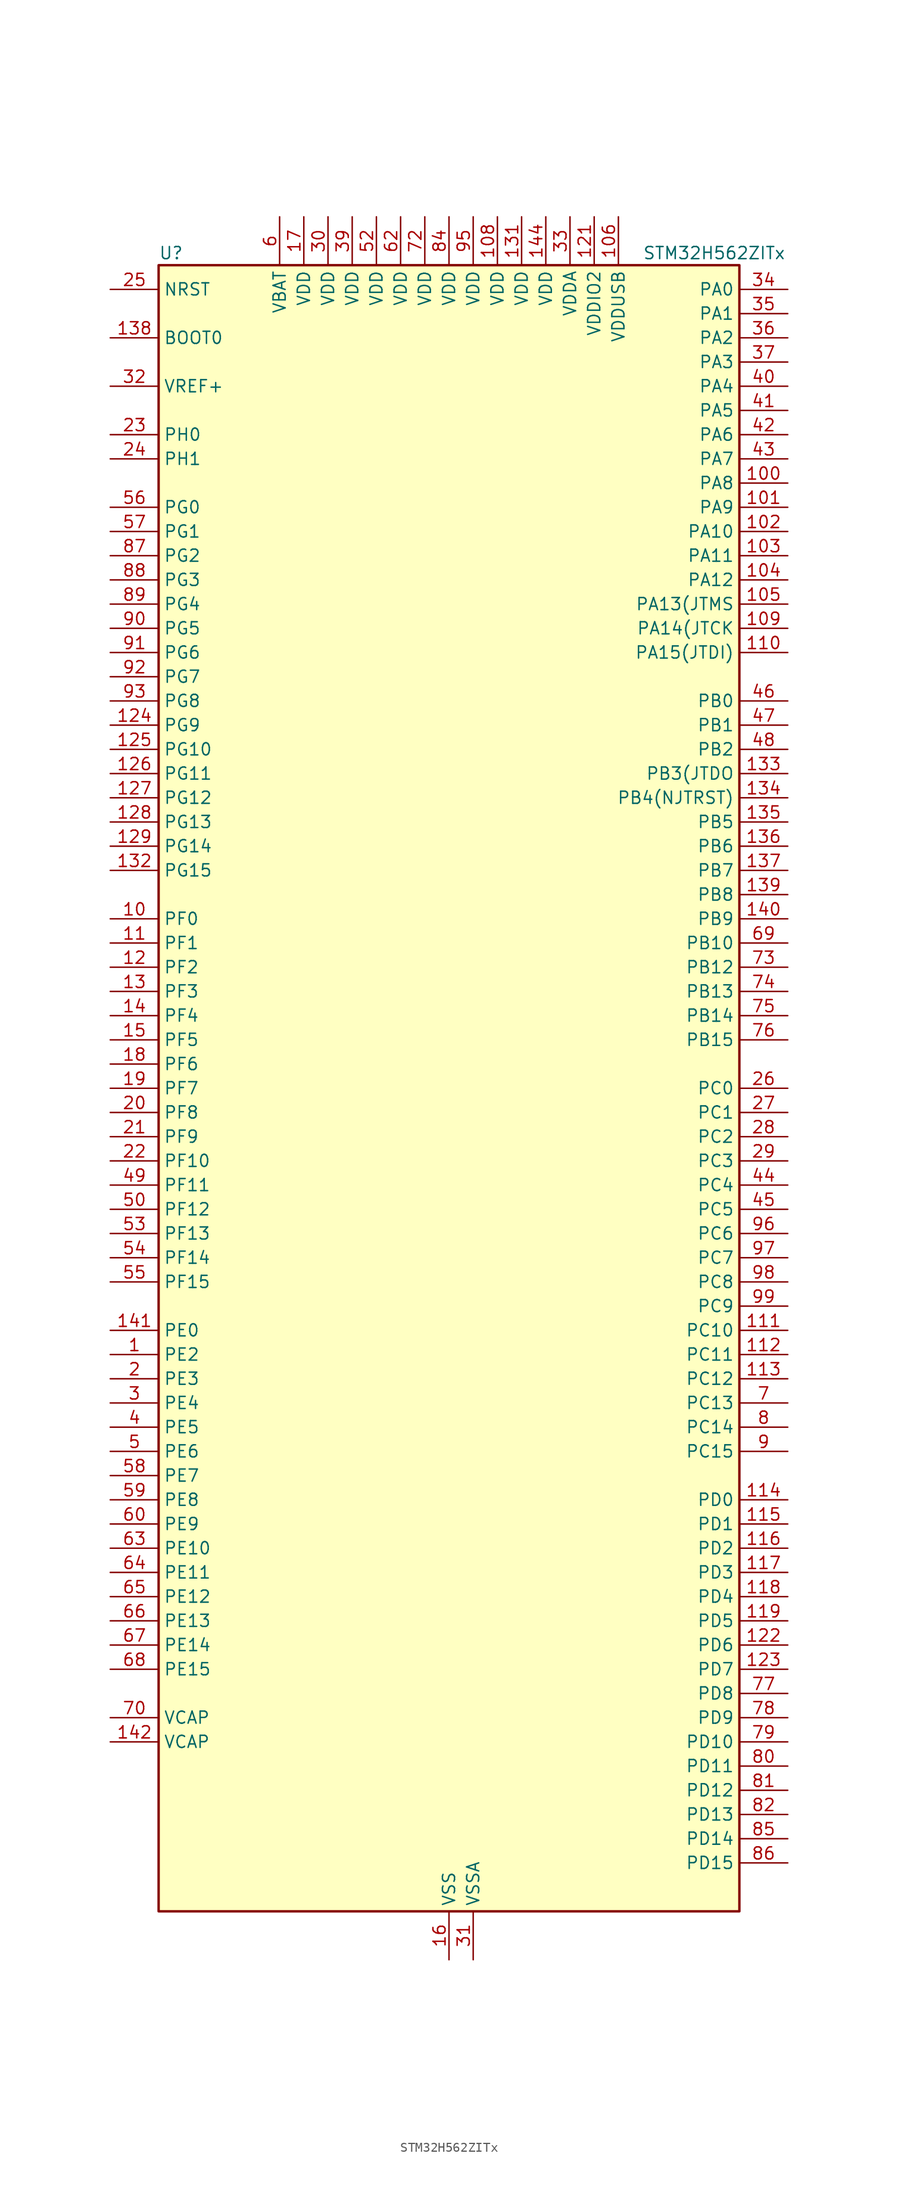
<source format=kicad_sym>
(kicad_symbol_lib
  (version 20231120)
  (generator "kicad_symbol_editor")
  (generator_version "8.0")
  (symbol "STM32H562ZITx"
    (property "Reference" "U"
      (at -30.48 87.63 0)
      (effects (font (size 1.27 1.27)) (justify left)))
    (property "Value" "STM32H562ZITx"
      (at 20.32 87.63 0)
      (effects (font (size 1.27 1.27)) (justify left)))
    (property "ki_locked" ""
      (at 0 0 0)
      (effects (font (size 1.27 1.27))))
    (symbol "STM32H562ZITx_0_1"
      (rectangle (start -30.48 -86.36) (end 30.48 86.36) (stroke (width 0.254) (type default)) (fill (type background))))
    (symbol "STM32H562ZITx_1_1"
      (pin bidirectional line (at -35.56 -27.94 0) (length 5.08) (name "PE2" (effects (font (size 1.27 1.27)))) (number "1" (effects (font (size 1.27 1.27)))) (alternate "DCMI_D3" bidirectional line) (alternate "DEBUG_TRACECLK" bidirectional line) (alternate "FMC_A23" bidirectional line) (alternate "LPTIM1_IN2" bidirectional line) (alternate "OCTOSPI1_IO2" bidirectional line) (alternate "PSSI_D3" bidirectional line) (alternate "SAI1_CK1" bidirectional line) (alternate "SAI1_MCLK_A" bidirectional line) (alternate "SPI4_SCK" bidirectional line) (alternate "UART8_TX" bidirectional line) (alternate "USART10_RX" bidirectional line))
      (pin bidirectional line (at -35.56 17.78 0) (length 5.08) (name "PF0" (effects (font (size 1.27 1.27)))) (number "10" (effects (font (size 1.27 1.27)))) (alternate "FMC_A0" bidirectional line) (alternate "I2C2_SDA" bidirectional line) (alternate "LPTIM5_CH1" bidirectional line))
      (pin bidirectional line (at 35.56 63.5 180) (length 5.08) (name "PA8" (effects (font (size 1.27 1.27)))) (number "100" (effects (font (size 1.27 1.27)))) (alternate "DCMI_D3" bidirectional line) (alternate "FMC_NOE" bidirectional line) (alternate "I2C3_SCL" bidirectional line) (alternate "PSSI_D3" bidirectional line) (alternate "RCC_MCO_1" bidirectional line) (alternate "SPI1_RDY" bidirectional line) (alternate "TIM1_CH1" bidirectional line) (alternate "TIM8_BKIN2" bidirectional line) (alternate "UART7_RX" bidirectional line) (alternate "USART1_CK" bidirectional line) (alternate "USB_SOF" bidirectional line))
      (pin bidirectional line (at 35.56 60.96 180) (length 5.08) (name "PA9" (effects (font (size 1.27 1.27)))) (number "101" (effects (font (size 1.27 1.27)))) (alternate "DAC1_EXTI9" bidirectional line) (alternate "DCMI_D0" bidirectional line) (alternate "FMC_NWE" bidirectional line) (alternate "I2C3_SMBA" bidirectional line) (alternate "I2S2_CK" bidirectional line) (alternate "LPUART1_TX" bidirectional line) (alternate "PSSI_D0" bidirectional line) (alternate "SPI2_SCK" bidirectional line) (alternate "TIM1_CH2" bidirectional line) (alternate "UCPD1_DB1" bidirectional line) (alternate "USART1_TX" bidirectional line))
      (pin bidirectional line (at 35.56 58.42 180) (length 5.08) (name "PA10" (effects (font (size 1.27 1.27)))) (number "102" (effects (font (size 1.27 1.27)))) (alternate "DCMI_D1" bidirectional line) (alternate "LPTIM2_IN2" bidirectional line) (alternate "LPUART1_RX" bidirectional line) (alternate "PSSI_D1" bidirectional line) (alternate "SDMMC1_D0" bidirectional line) (alternate "TIM1_CH3" bidirectional line) (alternate "UCPD1_FRSTX" bidirectional line) (alternate "USART1_RX" bidirectional line))
      (pin bidirectional line (at 35.56 55.88 180) (length 5.08) (name "PA11" (effects (font (size 1.27 1.27)))) (number "103" (effects (font (size 1.27 1.27)))) (alternate "ADC1_EXTI11" bidirectional line) (alternate "ADC2_EXTI11" bidirectional line) (alternate "FDCAN1_RX" bidirectional line) (alternate "I2S2_WS" bidirectional line) (alternate "LPUART1_CTS" bidirectional line) (alternate "SPI2_NSS" bidirectional line) (alternate "TIM1_CH4" bidirectional line) (alternate "UART4_RX" bidirectional line) (alternate "USART1_CTS" bidirectional line) (alternate "USART1_NSS" bidirectional line) (alternate "USB_DM" bidirectional line))
      (pin bidirectional line (at 35.56 53.34 180) (length 5.08) (name "PA12" (effects (font (size 1.27 1.27)))) (number "104" (effects (font (size 1.27 1.27)))) (alternate "FDCAN1_TX" bidirectional line) (alternate "I2S2_CK" bidirectional line) (alternate "LPUART1_RTS" bidirectional line) (alternate "SAI2_FS_B" bidirectional line) (alternate "SPI2_SCK" bidirectional line) (alternate "TIM1_ETR" bidirectional line) (alternate "UART4_TX" bidirectional line) (alternate "USART1_RTS" bidirectional line) (alternate "USB_DP" bidirectional line))
      (pin bidirectional line (at 35.56 50.8 180) (length 5.08) (name "PA13(JTMS" (effects (font (size 1.27 1.27)))) (number "105" (effects (font (size 1.27 1.27)))) (alternate "DEBUG_JTMS-SWDIO" bidirectional line))
      (pin power_in line (at 17.78 91.44 270) (length 5.08) (name "VDDUSB" (effects (font (size 1.27 1.27)))) (number "106" (effects (font (size 1.27 1.27)))))
      (pin passive line (at 0 -91.44 90) (length 5.08) hide (name "VSS" (effects (font (size 1.27 1.27)))) (number "107" (effects (font (size 1.27 1.27)))))
      (pin power_in line (at 5.08 91.44 270) (length 5.08) (name "VDD" (effects (font (size 1.27 1.27)))) (number "108" (effects (font (size 1.27 1.27)))))
      (pin bidirectional line (at 35.56 48.26 180) (length 5.08) (name "PA14(JTCK" (effects (font (size 1.27 1.27)))) (number "109" (effects (font (size 1.27 1.27)))) (alternate "DEBUG_JTCK-SWCLK" bidirectional line))
      (pin bidirectional line (at -35.56 15.24 0) (length 5.08) (name "PF1" (effects (font (size 1.27 1.27)))) (number "11" (effects (font (size 1.27 1.27)))) (alternate "FMC_A1" bidirectional line) (alternate "I2C2_SCL" bidirectional line) (alternate "LPTIM5_CH2" bidirectional line))
      (pin bidirectional line (at 35.56 45.72 180) (length 5.08) (name "PA15(JTDI)" (effects (font (size 1.27 1.27)))) (number "110" (effects (font (size 1.27 1.27)))) (alternate "ADC1_EXTI15" bidirectional line) (alternate "ADC2_EXTI15" bidirectional line) (alternate "CEC" bidirectional line) (alternate "DCMI_D11" bidirectional line) (alternate "DEBUG_JTDI" bidirectional line) (alternate "FMC_NBL1" bidirectional line) (alternate "I2S1_WS" bidirectional line) (alternate "I2S3_WS" bidirectional line) (alternate "LPTIM3_IN2" bidirectional line) (alternate "PSSI_D11" bidirectional line) (alternate "SPI1_NSS" bidirectional line) (alternate "SPI3_NSS" bidirectional line) (alternate "SPI6_NSS" bidirectional line) (alternate "TIM2_CH1" bidirectional line) (alternate "TIM2_ETR" bidirectional line) (alternate "UART4_DE" bidirectional line) (alternate "UART4_RTS" bidirectional line) (alternate "UART7_TX" bidirectional line))
      (pin bidirectional line (at 35.56 -25.4 180) (length 5.08) (name "PC10" (effects (font (size 1.27 1.27)))) (number "111" (effects (font (size 1.27 1.27)))) (alternate "DCMI_D8" bidirectional line) (alternate "I2S3_CK" bidirectional line) (alternate "LPTIM3_ETR" bidirectional line) (alternate "OCTOSPI1_IO1" bidirectional line) (alternate "PSSI_D8" bidirectional line) (alternate "SDMMC1_D2" bidirectional line) (alternate "SPI3_SCK" bidirectional line) (alternate "UART4_TX" bidirectional line) (alternate "USART3_TX" bidirectional line))
      (pin bidirectional line (at 35.56 -27.94 180) (length 5.08) (name "PC11" (effects (font (size 1.27 1.27)))) (number "112" (effects (font (size 1.27 1.27)))) (alternate "ADC1_EXTI11" bidirectional line) (alternate "ADC2_EXTI11" bidirectional line) (alternate "DCMI_D4" bidirectional line) (alternate "I2S3_SDI" bidirectional line) (alternate "LPTIM3_IN1" bidirectional line) (alternate "OCTOSPI1_NCS" bidirectional line) (alternate "PSSI_D4" bidirectional line) (alternate "SDMMC1_D3" bidirectional line) (alternate "SPI3_MISO" bidirectional line) (alternate "UART4_RX" bidirectional line) (alternate "USART3_RX" bidirectional line))
      (pin bidirectional line (at 35.56 -30.48 180) (length 5.08) (name "PC12" (effects (font (size 1.27 1.27)))) (number "113" (effects (font (size 1.27 1.27)))) (alternate "DCMI_D9" bidirectional line) (alternate "DEBUG_TRACED3" bidirectional line) (alternate "I2S3_SDO" bidirectional line) (alternate "PSSI_D9" bidirectional line) (alternate "SDMMC1_CK" bidirectional line) (alternate "SPI3_MOSI" bidirectional line) (alternate "SPI6_SCK" bidirectional line) (alternate "TIM15_CH1" bidirectional line) (alternate "UART5_TX" bidirectional line) (alternate "USART3_CK" bidirectional line))
      (pin bidirectional line (at 35.56 -43.18 180) (length 5.08) (name "PD0" (effects (font (size 1.27 1.27)))) (number "114" (effects (font (size 1.27 1.27)))) (alternate "FDCAN1_RX" bidirectional line) (alternate "FMC_D2" bidirectional line) (alternate "FMC_DA2" bidirectional line) (alternate "TIM8_CH4N" bidirectional line) (alternate "UART4_RX" bidirectional line) (alternate "UART9_CTS" bidirectional line))
      (pin bidirectional line (at 35.56 -45.72 180) (length 5.08) (name "PD1" (effects (font (size 1.27 1.27)))) (number "115" (effects (font (size 1.27 1.27)))) (alternate "FDCAN1_TX" bidirectional line) (alternate "FMC_D3" bidirectional line) (alternate "FMC_DA3" bidirectional line) (alternate "UART4_TX" bidirectional line))
      (pin bidirectional line (at 35.56 -48.26 180) (length 5.08) (name "PD2" (effects (font (size 1.27 1.27)))) (number "116" (effects (font (size 1.27 1.27)))) (alternate "DCMI_D11" bidirectional line) (alternate "DEBUG_TRACED2" bidirectional line) (alternate "LPTIM4_ETR" bidirectional line) (alternate "PSSI_D11" bidirectional line) (alternate "PWR_WKUP7" bidirectional line) (alternate "SDMMC1_CMD" bidirectional line) (alternate "TIM15_BKIN" bidirectional line) (alternate "TIM3_ETR" bidirectional line) (alternate "UART5_RX" bidirectional line))
      (pin bidirectional line (at 35.56 -50.8 180) (length 5.08) (name "PD3" (effects (font (size 1.27 1.27)))) (number "117" (effects (font (size 1.27 1.27)))) (alternate "DCMI_D5" bidirectional line) (alternate "FMC_CLK" bidirectional line) (alternate "I2S2_CK" bidirectional line) (alternate "PSSI_D5" bidirectional line) (alternate "PWR_WKUP8" bidirectional line) (alternate "SPI2_SCK" bidirectional line) (alternate "USART2_CTS" bidirectional line) (alternate "USART2_NSS" bidirectional line))
      (pin bidirectional line (at 35.56 -53.34 180) (length 5.08) (name "PD4" (effects (font (size 1.27 1.27)))) (number "118" (effects (font (size 1.27 1.27)))) (alternate "FMC_NOE" bidirectional line) (alternate "OCTOSPI1_IO4" bidirectional line) (alternate "USART2_RTS" bidirectional line))
      (pin bidirectional line (at 35.56 -55.88 180) (length 5.08) (name "PD5" (effects (font (size 1.27 1.27)))) (number "119" (effects (font (size 1.27 1.27)))) (alternate "FDCAN1_TX" bidirectional line) (alternate "FMC_NWE" bidirectional line) (alternate "OCTOSPI1_IO5" bidirectional line) (alternate "SPI2_RDY" bidirectional line) (alternate "TIM1_CH4N" bidirectional line) (alternate "USART2_TX" bidirectional line))
      (pin bidirectional line (at -35.56 12.7 0) (length 5.08) (name "PF2" (effects (font (size 1.27 1.27)))) (number "12" (effects (font (size 1.27 1.27)))) (alternate "FMC_A2" bidirectional line) (alternate "I2C2_SMBA" bidirectional line) (alternate "LPTIM3_CH2" bidirectional line) (alternate "LPTIM3_IN2" bidirectional line) (alternate "LPTIM5_IN1" bidirectional line) (alternate "UART12_TX" bidirectional line) (alternate "USART11_CK" bidirectional line))
      (pin passive line (at 0 -91.44 90) (length 5.08) hide (name "VSS" (effects (font (size 1.27 1.27)))) (number "120" (effects (font (size 1.27 1.27)))))
      (pin power_in line (at 15.24 91.44 270) (length 5.08) (name "VDDIO2" (effects (font (size 1.27 1.27)))) (number "121" (effects (font (size 1.27 1.27)))))
      (pin bidirectional line (at 35.56 -58.42 180) (length 5.08) (name "PD6" (effects (font (size 1.27 1.27)))) (number "122" (effects (font (size 1.27 1.27)))) (alternate "DCMI_D10" bidirectional line) (alternate "FMC_NWAIT" bidirectional line) (alternate "I2S3_SDO" bidirectional line) (alternate "OCTOSPI1_IO6" bidirectional line) (alternate "PSSI_D10" bidirectional line) (alternate "SAI1_D1" bidirectional line) (alternate "SAI1_SD_A" bidirectional line) (alternate "SPI3_MOSI" bidirectional line) (alternate "USART2_RX" bidirectional line))
      (pin bidirectional line (at 35.56 -60.96 180) (length 5.08) (name "PD7" (effects (font (size 1.27 1.27)))) (number "123" (effects (font (size 1.27 1.27)))) (alternate "FMC_NCE" bidirectional line) (alternate "FMC_NE1" bidirectional line) (alternate "I2S1_SDO" bidirectional line) (alternate "LPTIM4_OUT" bidirectional line) (alternate "OCTOSPI1_IO7" bidirectional line) (alternate "SPI1_MOSI" bidirectional line) (alternate "USART2_CK" bidirectional line))
      (pin bidirectional line (at -35.56 38.1 0) (length 5.08) (name "PG9" (effects (font (size 1.27 1.27)))) (number "124" (effects (font (size 1.27 1.27)))) (alternate "DAC1_EXTI9" bidirectional line) (alternate "DCMI_VSYNC" bidirectional line) (alternate "FMC_NCE" bidirectional line) (alternate "FMC_NE2" bidirectional line) (alternate "I2S1_SDI" bidirectional line) (alternate "OCTOSPI1_IO6" bidirectional line) (alternate "PSSI_RDY" bidirectional line) (alternate "SAI2_FS_B" bidirectional line) (alternate "SPI1_MISO" bidirectional line) (alternate "USART6_RX" bidirectional line))
      (pin bidirectional line (at -35.56 35.56 0) (length 5.08) (name "PG10" (effects (font (size 1.27 1.27)))) (number "125" (effects (font (size 1.27 1.27)))) (alternate "DCMI_D2" bidirectional line) (alternate "FMC_NE3" bidirectional line) (alternate "I2S1_WS" bidirectional line) (alternate "PSSI_D2" bidirectional line) (alternate "SAI2_SD_B" bidirectional line) (alternate "SPI1_NSS" bidirectional line))
      (pin bidirectional line (at -35.56 33.02 0) (length 5.08) (name "PG11" (effects (font (size 1.27 1.27)))) (number "126" (effects (font (size 1.27 1.27)))) (alternate "ADC1_EXTI11" bidirectional line) (alternate "ADC2_EXTI11" bidirectional line) (alternate "DCMI_D3" bidirectional line) (alternate "I2S1_CK" bidirectional line) (alternate "LPTIM1_IN2" bidirectional line) (alternate "PSSI_D3" bidirectional line) (alternate "SPI1_SCK" bidirectional line) (alternate "USART10_RX" bidirectional line) (alternate "USART11_RTS" bidirectional line))
      (pin bidirectional line (at -35.56 30.48 0) (length 5.08) (name "PG12" (effects (font (size 1.27 1.27)))) (number "127" (effects (font (size 1.27 1.27)))) (alternate "DCMI_D11" bidirectional line) (alternate "FMC_NE4" bidirectional line) (alternate "LPTIM1_IN1" bidirectional line) (alternate "LPTIM5_CH1" bidirectional line) (alternate "PSSI_D11" bidirectional line) (alternate "PSSI_D15" bidirectional line) (alternate "SPI6_MISO" bidirectional line) (alternate "USART10_TX" bidirectional line) (alternate "USART6_RTS" bidirectional line))
      (pin bidirectional line (at -35.56 27.94 0) (length 5.08) (name "PG13" (effects (font (size 1.27 1.27)))) (number "128" (effects (font (size 1.27 1.27)))) (alternate "DEBUG_TRACED0" bidirectional line) (alternate "FMC_A24" bidirectional line) (alternate "LPTIM1_CH1" bidirectional line) (alternate "LPTIM5_CH2" bidirectional line) (alternate "SPI6_SCK" bidirectional line) (alternate "USART10_CTS" bidirectional line) (alternate "USART10_NSS" bidirectional line) (alternate "USART6_CTS" bidirectional line) (alternate "USART6_NSS" bidirectional line))
      (pin bidirectional line (at -35.56 25.4 0) (length 5.08) (name "PG14" (effects (font (size 1.27 1.27)))) (number "129" (effects (font (size 1.27 1.27)))) (alternate "DEBUG_TRACED1" bidirectional line) (alternate "FMC_A25" bidirectional line) (alternate "LPTIM1_CH2" bidirectional line) (alternate "LPTIM1_ETR" bidirectional line) (alternate "LPTIM5_IN1" bidirectional line) (alternate "OCTOSPI1_IO7" bidirectional line) (alternate "SPI6_MOSI" bidirectional line) (alternate "USART10_RTS" bidirectional line) (alternate "USART6_TX" bidirectional line))
      (pin bidirectional line (at -35.56 10.16 0) (length 5.08) (name "PF3" (effects (font (size 1.27 1.27)))) (number "13" (effects (font (size 1.27 1.27)))) (alternate "FMC_A3" bidirectional line) (alternate "LPTIM3_IN1" bidirectional line) (alternate "LPTIM5_IN2" bidirectional line) (alternate "USART11_TX" bidirectional line))
      (pin passive line (at 0 -91.44 90) (length 5.08) hide (name "VSS" (effects (font (size 1.27 1.27)))) (number "130" (effects (font (size 1.27 1.27)))))
      (pin power_in line (at 7.62 91.44 270) (length 5.08) (name "VDD" (effects (font (size 1.27 1.27)))) (number "131" (effects (font (size 1.27 1.27)))))
      (pin bidirectional line (at -35.56 22.86 0) (length 5.08) (name "PG15" (effects (font (size 1.27 1.27)))) (number "132" (effects (font (size 1.27 1.27)))) (alternate "ADC1_EXTI15" bidirectional line) (alternate "ADC2_EXTI15" bidirectional line) (alternate "DCMI_D13" bidirectional line) (alternate "FMC_SDNCAS" bidirectional line) (alternate "PSSI_D13" bidirectional line) (alternate "SPI4_RDY" bidirectional line) (alternate "USART10_CK" bidirectional line) (alternate "USART6_CTS" bidirectional line) (alternate "USART6_NSS" bidirectional line))
      (pin bidirectional line (at 35.56 33.02 180) (length 5.08) (name "PB3(JTDO" (effects (font (size 1.27 1.27)))) (number "133" (effects (font (size 1.27 1.27)))) (alternate "CRS_SYNC" bidirectional line) (alternate "DEBUG_JTDO-SWO" bidirectional line) (alternate "I2C2_SDA" bidirectional line) (alternate "I2S1_CK" bidirectional line) (alternate "I2S3_CK" bidirectional line) (alternate "LPTIM6_ETR" bidirectional line) (alternate "SPI1_SCK" bidirectional line) (alternate "SPI3_SCK" bidirectional line) (alternate "SPI6_SCK" bidirectional line) (alternate "TIM2_CH2" bidirectional line) (alternate "UART12_CTS" bidirectional line) (alternate "UART7_RX" bidirectional line))
      (pin bidirectional line (at 35.56 30.48 180) (length 5.08) (name "PB4(NJTRST)" (effects (font (size 1.27 1.27)))) (number "134" (effects (font (size 1.27 1.27)))) (alternate "DCMI_D7" bidirectional line) (alternate "DEBUG_JTRST" bidirectional line) (alternate "I2S1_SDI" bidirectional line) (alternate "I2S2_WS" bidirectional line) (alternate "I2S3_SDI" bidirectional line) (alternate "LPTIM1_CH2" bidirectional line) (alternate "OCTOSPI1_CLK" bidirectional line) (alternate "PSSI_D7" bidirectional line) (alternate "SPI1_MISO" bidirectional line) (alternate "SPI2_NSS" bidirectional line) (alternate "SPI3_MISO" bidirectional line) (alternate "SPI6_MISO" bidirectional line) (alternate "TIM16_BKIN" bidirectional line) (alternate "TIM3_CH1" bidirectional line) (alternate "UART7_TX" bidirectional line))
      (pin bidirectional line (at 35.56 27.94 180) (length 5.08) (name "PB5" (effects (font (size 1.27 1.27)))) (number "135" (effects (font (size 1.27 1.27)))) (alternate "DCMI_D10" bidirectional line) (alternate "FMC_SDCKE1" bidirectional line) (alternate "I2C1_SMBA" bidirectional line) (alternate "I2C4_SMBA" bidirectional line) (alternate "I2S1_SDO" bidirectional line) (alternate "I2S3_SDO" bidirectional line) (alternate "OCTOSPI1_NCLK" bidirectional line) (alternate "PSSI_D10" bidirectional line) (alternate "SPI1_MOSI" bidirectional line) (alternate "SPI3_MOSI" bidirectional line) (alternate "SPI6_MOSI" bidirectional line) (alternate "TIM17_BKIN" bidirectional line) (alternate "TIM3_CH2" bidirectional line) (alternate "UART5_RX" bidirectional line))
      (pin bidirectional line (at 35.56 25.4 180) (length 5.08) (name "PB6" (effects (font (size 1.27 1.27)))) (number "136" (effects (font (size 1.27 1.27)))) (alternate "CEC" bidirectional line) (alternate "DCMI_D5" bidirectional line) (alternate "FMC_SDNE1" bidirectional line) (alternate "I2C1_SCL" bidirectional line) (alternate "I2C4_SCL" bidirectional line) (alternate "I3C1_SCL" bidirectional line) (alternate "LPUART1_TX" bidirectional line) (alternate "OCTOSPI1_NCS" bidirectional line) (alternate "PSSI_D5" bidirectional line) (alternate "TIM16_CH1N" bidirectional line) (alternate "TIM4_CH1" bidirectional line) (alternate "UART5_TX" bidirectional line) (alternate "USART1_TX" bidirectional line))
      (pin bidirectional line (at 35.56 22.86 180) (length 5.08) (name "PB7" (effects (font (size 1.27 1.27)))) (number "137" (effects (font (size 1.27 1.27)))) (alternate "DCMI_VSYNC" bidirectional line) (alternate "FDCAN1_TX" bidirectional line) (alternate "FMC_NL" bidirectional line) (alternate "I2C1_SDA" bidirectional line) (alternate "I2C4_SDA" bidirectional line) (alternate "I3C1_SDA" bidirectional line) (alternate "LPUART1_RX" bidirectional line) (alternate "PSSI_RDY" bidirectional line) (alternate "PWR_WKUP5" bidirectional line) (alternate "TIM17_CH1N" bidirectional line) (alternate "TIM4_CH2" bidirectional line) (alternate "USART1_RX" bidirectional line))
      (pin input line (at -35.56 78.74 0) (length 5.08) (name "BOOT0" (effects (font (size 1.27 1.27)))) (number "138" (effects (font (size 1.27 1.27)))))
      (pin bidirectional line (at 35.56 20.32 180) (length 5.08) (name "PB8" (effects (font (size 1.27 1.27)))) (number "139" (effects (font (size 1.27 1.27)))) (alternate "DCMI_D6" bidirectional line) (alternate "FDCAN1_RX" bidirectional line) (alternate "I2C1_SCL" bidirectional line) (alternate "I2C4_SCL" bidirectional line) (alternate "I3C1_SCL" bidirectional line) (alternate "PSSI_D6" bidirectional line) (alternate "SDMMC1_CKIN" bidirectional line) (alternate "SDMMC1_D4" bidirectional line) (alternate "SPI4_RDY" bidirectional line) (alternate "TIM16_CH1" bidirectional line) (alternate "TIM4_CH3" bidirectional line) (alternate "UART4_RX" bidirectional line))
      (pin bidirectional line (at -35.56 7.62 0) (length 5.08) (name "PF4" (effects (font (size 1.27 1.27)))) (number "14" (effects (font (size 1.27 1.27)))) (alternate "FMC_A4" bidirectional line) (alternate "LPTIM3_ETR" bidirectional line) (alternate "USART11_RX" bidirectional line))
      (pin bidirectional line (at 35.56 17.78 180) (length 5.08) (name "PB9" (effects (font (size 1.27 1.27)))) (number "140" (effects (font (size 1.27 1.27)))) (alternate "DAC1_EXTI9" bidirectional line) (alternate "DCMI_D7" bidirectional line) (alternate "FDCAN1_TX" bidirectional line) (alternate "I2C1_SDA" bidirectional line) (alternate "I2C4_SDA" bidirectional line) (alternate "I2S2_WS" bidirectional line) (alternate "I3C1_SDA" bidirectional line) (alternate "PSSI_D7" bidirectional line) (alternate "SDMMC1_CDIR" bidirectional line) (alternate "SDMMC1_D5" bidirectional line) (alternate "SPI2_NSS" bidirectional line) (alternate "TIM17_CH1" bidirectional line) (alternate "TIM4_CH4" bidirectional line) (alternate "UART4_TX" bidirectional line))
      (pin bidirectional line (at -35.56 -25.4 0) (length 5.08) (name "PE0" (effects (font (size 1.27 1.27)))) (number "141" (effects (font (size 1.27 1.27)))) (alternate "DCMI_D2" bidirectional line) (alternate "FDCAN1_RX" bidirectional line) (alternate "FMC_NBL0" bidirectional line) (alternate "LPTIM1_ETR" bidirectional line) (alternate "LPTIM2_CH2" bidirectional line) (alternate "LPTIM2_ETR" bidirectional line) (alternate "PSSI_D2" bidirectional line) (alternate "SAI2_MCLK_A" bidirectional line) (alternate "SPI3_RDY" bidirectional line) (alternate "TIM4_ETR" bidirectional line) (alternate "UART8_RX" bidirectional line))
      (pin power_out line (at -35.56 -68.58 0) (length 5.08) (name "VCAP" (effects (font (size 1.27 1.27)))) (number "142" (effects (font (size 1.27 1.27)))))
      (pin passive line (at 0 -91.44 90) (length 5.08) hide (name "VSS" (effects (font (size 1.27 1.27)))) (number "143" (effects (font (size 1.27 1.27)))))
      (pin power_in line (at 10.16 91.44 270) (length 5.08) (name "VDD" (effects (font (size 1.27 1.27)))) (number "144" (effects (font (size 1.27 1.27)))))
      (pin bidirectional line (at -35.56 5.08 0) (length 5.08) (name "PF5" (effects (font (size 1.27 1.27)))) (number "15" (effects (font (size 1.27 1.27)))) (alternate "FMC_A5" bidirectional line) (alternate "I2C4_SCL" bidirectional line) (alternate "I3C1_SCL" bidirectional line) (alternate "LPTIM3_CH1" bidirectional line) (alternate "LPTIM3_IN1" bidirectional line) (alternate "UART12_RX" bidirectional line) (alternate "USART11_CTS" bidirectional line) (alternate "USART11_NSS" bidirectional line))
      (pin power_in line (at 0 -91.44 90) (length 5.08) (name "VSS" (effects (font (size 1.27 1.27)))) (number "16" (effects (font (size 1.27 1.27)))))
      (pin power_in line (at -15.24 91.44 270) (length 5.08) (name "VDD" (effects (font (size 1.27 1.27)))) (number "17" (effects (font (size 1.27 1.27)))))
      (pin bidirectional line (at -35.56 2.54 0) (length 5.08) (name "PF6" (effects (font (size 1.27 1.27)))) (number "18" (effects (font (size 1.27 1.27)))) (alternate "LPTIM5_CH1" bidirectional line) (alternate "OCTOSPI1_IO3" bidirectional line) (alternate "SAI1_SD_B" bidirectional line) (alternate "SPI5_NSS" bidirectional line) (alternate "TIM16_CH1" bidirectional line) (alternate "UART7_RX" bidirectional line))
      (pin bidirectional line (at -35.56 0 0) (length 5.08) (name "PF7" (effects (font (size 1.27 1.27)))) (number "19" (effects (font (size 1.27 1.27)))) (alternate "LPTIM5_CH2" bidirectional line) (alternate "OCTOSPI1_IO2" bidirectional line) (alternate "SAI1_MCLK_B" bidirectional line) (alternate "SPI5_SCK" bidirectional line) (alternate "TIM17_CH1" bidirectional line) (alternate "UART7_TX" bidirectional line))
      (pin bidirectional line (at -35.56 -30.48 0) (length 5.08) (name "PE3" (effects (font (size 1.27 1.27)))) (number "2" (effects (font (size 1.27 1.27)))) (alternate "DEBUG_TRACED0" bidirectional line) (alternate "FMC_A19" bidirectional line) (alternate "SAI1_SD_B" bidirectional line) (alternate "TAMP_IN6" bidirectional line) (alternate "TAMP_OUT3" bidirectional line) (alternate "TIM15_BKIN" bidirectional line) (alternate "USART10_TX" bidirectional line))
      (pin bidirectional line (at -35.56 -2.54 0) (length 5.08) (name "PF8" (effects (font (size 1.27 1.27)))) (number "20" (effects (font (size 1.27 1.27)))) (alternate "LPTIM5_IN1" bidirectional line) (alternate "OCTOSPI1_IO0" bidirectional line) (alternate "SAI1_SCK_B" bidirectional line) (alternate "SPI5_MISO" bidirectional line) (alternate "TIM13_CH1" bidirectional line) (alternate "TIM16_CH1N" bidirectional line) (alternate "UART7_RTS" bidirectional line))
      (pin bidirectional line (at -35.56 -5.08 0) (length 5.08) (name "PF9" (effects (font (size 1.27 1.27)))) (number "21" (effects (font (size 1.27 1.27)))) (alternate "DAC1_EXTI9" bidirectional line) (alternate "LPTIM5_IN2" bidirectional line) (alternate "OCTOSPI1_IO1" bidirectional line) (alternate "SAI1_FS_B" bidirectional line) (alternate "SPI5_MOSI" bidirectional line) (alternate "TIM14_CH1" bidirectional line) (alternate "TIM17_CH1N" bidirectional line) (alternate "UART7_CTS" bidirectional line))
      (pin bidirectional line (at -35.56 -7.62 0) (length 5.08) (name "PF10" (effects (font (size 1.27 1.27)))) (number "22" (effects (font (size 1.27 1.27)))) (alternate "DCMI_D11" bidirectional line) (alternate "OCTOSPI1_CLK" bidirectional line) (alternate "PSSI_D11" bidirectional line) (alternate "PSSI_D15" bidirectional line) (alternate "SAI1_D3" bidirectional line) (alternate "TIM16_BKIN" bidirectional line))
      (pin bidirectional line (at -35.56 68.58 0) (length 5.08) (name "PH0" (effects (font (size 1.27 1.27)))) (number "23" (effects (font (size 1.27 1.27)))) (alternate "RCC_OSC_IN" bidirectional line))
      (pin bidirectional line (at -35.56 66.04 0) (length 5.08) (name "PH1" (effects (font (size 1.27 1.27)))) (number "24" (effects (font (size 1.27 1.27)))) (alternate "RCC_OSC_OUT" bidirectional line))
      (pin input line (at -35.56 83.82 0) (length 5.08) (name "NRST" (effects (font (size 1.27 1.27)))) (number "25" (effects (font (size 1.27 1.27)))))
      (pin bidirectional line (at 35.56 0 180) (length 5.08) (name "PC0" (effects (font (size 1.27 1.27)))) (number "26" (effects (font (size 1.27 1.27)))) (alternate "ADC1_INP10" bidirectional line) (alternate "ADC2_INP10" bidirectional line) (alternate "FMC_A25" bidirectional line) (alternate "FMC_SDNWE" bidirectional line) (alternate "OCTOSPI1_IO7" bidirectional line) (alternate "SAI1_MCLK_A" bidirectional line) (alternate "SAI2_FS_B" bidirectional line) (alternate "SPI2_RDY" bidirectional line) (alternate "TIM16_BKIN" bidirectional line))
      (pin bidirectional line (at 35.56 -2.54 180) (length 5.08) (name "PC1" (effects (font (size 1.27 1.27)))) (number "27" (effects (font (size 1.27 1.27)))) (alternate "ADC1_INN10" bidirectional line) (alternate "ADC1_INP11" bidirectional line) (alternate "ADC2_INN10" bidirectional line) (alternate "ADC2_INP11" bidirectional line) (alternate "DEBUG_TRACED0" bidirectional line) (alternate "I2S2_SDO" bidirectional line) (alternate "OCTOSPI1_IO4" bidirectional line) (alternate "PWR_WKUP6" bidirectional line) (alternate "SAI1_D1" bidirectional line) (alternate "SAI1_SD_A" bidirectional line) (alternate "SAI2_SD_A" bidirectional line) (alternate "SPI2_MOSI" bidirectional line) (alternate "TAMP_IN3" bidirectional line) (alternate "TAMP_OUT5" bidirectional line) (alternate "USART11_RTS" bidirectional line))
      (pin bidirectional line (at 35.56 -5.08 180) (length 5.08) (name "PC2" (effects (font (size 1.27 1.27)))) (number "28" (effects (font (size 1.27 1.27)))) (alternate "ADC1_INN11" bidirectional line) (alternate "ADC1_INP12" bidirectional line) (alternate "ADC2_INN11" bidirectional line) (alternate "ADC2_INP12" bidirectional line) (alternate "FMC_SDNE0" bidirectional line) (alternate "I2S2_SDI" bidirectional line) (alternate "OCTOSPI1_IO2" bidirectional line) (alternate "OCTOSPI1_IO5" bidirectional line) (alternate "PWR_CSLEEP" bidirectional line) (alternate "SPI2_MISO" bidirectional line) (alternate "TIM17_CH1" bidirectional line) (alternate "TIM4_CH4" bidirectional line))
      (pin bidirectional line (at 35.56 -7.62 180) (length 5.08) (name "PC3" (effects (font (size 1.27 1.27)))) (number "29" (effects (font (size 1.27 1.27)))) (alternate "ADC1_INN12" bidirectional line) (alternate "ADC1_INP13" bidirectional line) (alternate "ADC2_INN12" bidirectional line) (alternate "ADC2_INP13" bidirectional line) (alternate "FMC_SDCKE0" bidirectional line) (alternate "I2S2_SDO" bidirectional line) (alternate "LPTIM3_CH1" bidirectional line) (alternate "OCTOSPI1_IO0" bidirectional line) (alternate "OCTOSPI1_IO6" bidirectional line) (alternate "PWR_CSTOP" bidirectional line) (alternate "SAI1_D3" bidirectional line) (alternate "SPI2_MOSI" bidirectional line))
      (pin bidirectional line (at -35.56 -33.02 0) (length 5.08) (name "PE4" (effects (font (size 1.27 1.27)))) (number "3" (effects (font (size 1.27 1.27)))) (alternate "DCMI_D4" bidirectional line) (alternate "DEBUG_TRACED1" bidirectional line) (alternate "FMC_A20" bidirectional line) (alternate "PSSI_D4" bidirectional line) (alternate "SAI1_D2" bidirectional line) (alternate "SAI1_FS_A" bidirectional line) (alternate "SPI4_NSS" bidirectional line) (alternate "TAMP_IN7" bidirectional line) (alternate "TAMP_OUT8" bidirectional line) (alternate "TIM15_CH1N" bidirectional line))
      (pin power_in line (at -12.7 91.44 270) (length 5.08) (name "VDD" (effects (font (size 1.27 1.27)))) (number "30" (effects (font (size 1.27 1.27)))))
      (pin power_in line (at 2.54 -91.44 90) (length 5.08) (name "VSSA" (effects (font (size 1.27 1.27)))) (number "31" (effects (font (size 1.27 1.27)))))
      (pin input line (at -35.56 73.66 0) (length 5.08) (name "VREF+" (effects (font (size 1.27 1.27)))) (number "32" (effects (font (size 1.27 1.27)))))
      (pin power_in line (at 12.7 91.44 270) (length 5.08) (name "VDDA" (effects (font (size 1.27 1.27)))) (number "33" (effects (font (size 1.27 1.27)))))
      (pin bidirectional line (at 35.56 83.82 180) (length 5.08) (name "PA0" (effects (font (size 1.27 1.27)))) (number "34" (effects (font (size 1.27 1.27)))) (alternate "ADC1_INN1" bidirectional line) (alternate "ADC1_INP0" bidirectional line) (alternate "ADC2_INN1" bidirectional line) (alternate "ADC2_INP0" bidirectional line) (alternate "PWR_WKUP1" bidirectional line) (alternate "SAI2_SD_B" bidirectional line) (alternate "SPI3_RDY" bidirectional line) (alternate "SPI6_NSS" bidirectional line) (alternate "TAMP_IN2" bidirectional line) (alternate "TAMP_OUT1" bidirectional line) (alternate "TIM15_BKIN" bidirectional line) (alternate "TIM2_CH1" bidirectional line) (alternate "TIM2_ETR" bidirectional line) (alternate "TIM5_CH1" bidirectional line) (alternate "TIM8_ETR" bidirectional line) (alternate "UART4_TX" bidirectional line) (alternate "USART2_CTS" bidirectional line) (alternate "USART2_NSS" bidirectional line))
      (pin bidirectional line (at 35.56 81.28 180) (length 5.08) (name "PA1" (effects (font (size 1.27 1.27)))) (number "35" (effects (font (size 1.27 1.27)))) (alternate "ADC1_INP1" bidirectional line) (alternate "ADC2_INP1" bidirectional line) (alternate "LPTIM1_IN1" bidirectional line) (alternate "OCTOSPI1_DQS" bidirectional line) (alternate "OCTOSPI1_IO3" bidirectional line) (alternate "SAI2_MCLK_B" bidirectional line) (alternate "TAMP_IN5" bidirectional line) (alternate "TAMP_OUT4" bidirectional line) (alternate "TIM15_CH1N" bidirectional line) (alternate "TIM2_CH2" bidirectional line) (alternate "TIM5_CH2" bidirectional line) (alternate "UART4_RX" bidirectional line) (alternate "USART2_RTS" bidirectional line))
      (pin bidirectional line (at 35.56 78.74 180) (length 5.08) (name "PA2" (effects (font (size 1.27 1.27)))) (number "36" (effects (font (size 1.27 1.27)))) (alternate "ADC1_INP14" bidirectional line) (alternate "ADC2_INP14" bidirectional line) (alternate "LPTIM1_IN2" bidirectional line) (alternate "PWR_WKUP2" bidirectional line) (alternate "SAI2_SCK_B" bidirectional line) (alternate "TAMP_IN4" bidirectional line) (alternate "TAMP_OUT3" bidirectional line) (alternate "TIM15_CH1" bidirectional line) (alternate "TIM2_CH3" bidirectional line) (alternate "TIM5_CH3" bidirectional line) (alternate "USART2_TX" bidirectional line))
      (pin bidirectional line (at 35.56 76.2 180) (length 5.08) (name "PA3" (effects (font (size 1.27 1.27)))) (number "37" (effects (font (size 1.27 1.27)))) (alternate "ADC1_INP15" bidirectional line) (alternate "ADC2_INP15" bidirectional line) (alternate "I2S2_WS" bidirectional line) (alternate "OCTOSPI1_CLK" bidirectional line) (alternate "SAI1_SD_B" bidirectional line) (alternate "SPI2_NSS" bidirectional line) (alternate "TIM15_CH2" bidirectional line) (alternate "TIM2_CH4" bidirectional line) (alternate "TIM5_CH4" bidirectional line) (alternate "USART2_RX" bidirectional line))
      (pin passive line (at 0 -91.44 90) (length 5.08) hide (name "VSS" (effects (font (size 1.27 1.27)))) (number "38" (effects (font (size 1.27 1.27)))))
      (pin power_in line (at -10.16 91.44 270) (length 5.08) (name "VDD" (effects (font (size 1.27 1.27)))) (number "39" (effects (font (size 1.27 1.27)))))
      (pin bidirectional line (at -35.56 -35.56 0) (length 5.08) (name "PE5" (effects (font (size 1.27 1.27)))) (number "4" (effects (font (size 1.27 1.27)))) (alternate "DCMI_D6" bidirectional line) (alternate "DEBUG_TRACED2" bidirectional line) (alternate "FMC_A21" bidirectional line) (alternate "PSSI_D6" bidirectional line) (alternate "SAI1_CK2" bidirectional line) (alternate "SAI1_SCK_A" bidirectional line) (alternate "SPI4_MISO" bidirectional line) (alternate "TAMP_IN8" bidirectional line) (alternate "TAMP_OUT7" bidirectional line) (alternate "TIM15_CH1" bidirectional line))
      (pin bidirectional line (at 35.56 73.66 180) (length 5.08) (name "PA4" (effects (font (size 1.27 1.27)))) (number "40" (effects (font (size 1.27 1.27)))) (alternate "ADC1_INP18" bidirectional line) (alternate "ADC2_INP18" bidirectional line) (alternate "DAC1_OUT1" bidirectional line) (alternate "DCMI_HSYNC" bidirectional line) (alternate "I2S1_WS" bidirectional line) (alternate "I2S3_WS" bidirectional line) (alternate "LPTIM2_CH1" bidirectional line) (alternate "PSSI_DE" bidirectional line) (alternate "SPI1_NSS" bidirectional line) (alternate "SPI3_NSS" bidirectional line) (alternate "SPI6_NSS" bidirectional line) (alternate "TIM5_ETR" bidirectional line) (alternate "USART2_CK" bidirectional line))
      (pin bidirectional line (at 35.56 71.12 180) (length 5.08) (name "PA5" (effects (font (size 1.27 1.27)))) (number "41" (effects (font (size 1.27 1.27)))) (alternate "ADC1_INN18" bidirectional line) (alternate "ADC1_INP19" bidirectional line) (alternate "ADC2_INN18" bidirectional line) (alternate "ADC2_INP19" bidirectional line) (alternate "DAC1_OUT2" bidirectional line) (alternate "I2S1_CK" bidirectional line) (alternate "PSSI_D14" bidirectional line) (alternate "SPI1_SCK" bidirectional line) (alternate "SPI6_SCK" bidirectional line) (alternate "TIM2_CH1" bidirectional line) (alternate "TIM2_ETR" bidirectional line) (alternate "TIM8_CH1N" bidirectional line))
      (pin bidirectional line (at 35.56 68.58 180) (length 5.08) (name "PA6" (effects (font (size 1.27 1.27)))) (number "42" (effects (font (size 1.27 1.27)))) (alternate "ADC1_INP3" bidirectional line) (alternate "ADC2_INP3" bidirectional line) (alternate "DCMI_PIXCLK" bidirectional line) (alternate "I2S1_SDI" bidirectional line) (alternate "OCTOSPI1_IO3" bidirectional line) (alternate "PSSI_PDCK" bidirectional line) (alternate "SPI1_MISO" bidirectional line) (alternate "SPI6_MISO" bidirectional line) (alternate "TIM13_CH1" bidirectional line) (alternate "TIM1_BKIN" bidirectional line) (alternate "TIM3_CH1" bidirectional line) (alternate "TIM8_BKIN" bidirectional line) (alternate "USART11_TX" bidirectional line))
      (pin bidirectional line (at 35.56 66.04 180) (length 5.08) (name "PA7" (effects (font (size 1.27 1.27)))) (number "43" (effects (font (size 1.27 1.27)))) (alternate "ADC1_INN3" bidirectional line) (alternate "ADC1_INP7" bidirectional line) (alternate "ADC2_INN3" bidirectional line) (alternate "ADC2_INP7" bidirectional line) (alternate "FMC_NWE" bidirectional line) (alternate "FMC_SDNWE" bidirectional line) (alternate "I2S1_SDO" bidirectional line) (alternate "OCTOSPI1_IO2" bidirectional line) (alternate "SPI1_MOSI" bidirectional line) (alternate "SPI6_MOSI" bidirectional line) (alternate "TIM14_CH1" bidirectional line) (alternate "TIM1_CH1N" bidirectional line) (alternate "TIM3_CH2" bidirectional line) (alternate "TIM8_CH1N" bidirectional line) (alternate "USART11_RX" bidirectional line))
      (pin bidirectional line (at 35.56 -10.16 180) (length 5.08) (name "PC4" (effects (font (size 1.27 1.27)))) (number "44" (effects (font (size 1.27 1.27)))) (alternate "ADC1_INP4" bidirectional line) (alternate "ADC2_INP4" bidirectional line) (alternate "FMC_SDNE0" bidirectional line) (alternate "I2S1_MCK" bidirectional line) (alternate "LPTIM2_ETR" bidirectional line) (alternate "SAI1_CK1" bidirectional line) (alternate "TIM2_CH4" bidirectional line) (alternate "USART3_RX" bidirectional line))
      (pin bidirectional line (at 35.56 -12.7 180) (length 5.08) (name "PC5" (effects (font (size 1.27 1.27)))) (number "45" (effects (font (size 1.27 1.27)))) (alternate "ADC1_INN4" bidirectional line) (alternate "ADC1_INP8" bidirectional line) (alternate "ADC2_INN4" bidirectional line) (alternate "ADC2_INP8" bidirectional line) (alternate "FMC_SDCKE0" bidirectional line) (alternate "OCTOSPI1_DQS" bidirectional line) (alternate "PSSI_D15" bidirectional line) (alternate "SAI1_D3" bidirectional line) (alternate "SAI1_FS_A" bidirectional line) (alternate "TIM1_CH4N" bidirectional line) (alternate "UART12_RTS" bidirectional line))
      (pin bidirectional line (at 35.56 40.64 180) (length 5.08) (name "PB0" (effects (font (size 1.27 1.27)))) (number "46" (effects (font (size 1.27 1.27)))) (alternate "ADC1_INN5" bidirectional line) (alternate "ADC1_INP9" bidirectional line) (alternate "ADC2_INN5" bidirectional line) (alternate "ADC2_INP9" bidirectional line) (alternate "LPTIM3_CH1" bidirectional line) (alternate "OCTOSPI1_IO1" bidirectional line) (alternate "TIM1_CH2N" bidirectional line) (alternate "TIM3_CH3" bidirectional line) (alternate "TIM8_CH2N" bidirectional line) (alternate "UART4_CTS" bidirectional line) (alternate "USART11_CK" bidirectional line))
      (pin bidirectional line (at 35.56 38.1 180) (length 5.08) (name "PB1" (effects (font (size 1.27 1.27)))) (number "47" (effects (font (size 1.27 1.27)))) (alternate "ADC1_INP5" bidirectional line) (alternate "ADC2_INP5" bidirectional line) (alternate "LPTIM3_CH2" bidirectional line) (alternate "OCTOSPI1_IO0" bidirectional line) (alternate "TIM1_CH3N" bidirectional line) (alternate "TIM3_CH4" bidirectional line) (alternate "TIM8_CH3N" bidirectional line))
      (pin bidirectional line (at 35.56 35.56 180) (length 5.08) (name "PB2" (effects (font (size 1.27 1.27)))) (number "48" (effects (font (size 1.27 1.27)))) (alternate "I2S3_SDO" bidirectional line) (alternate "LPTIM1_CH1" bidirectional line) (alternate "LPTIM5_ETR" bidirectional line) (alternate "OCTOSPI1_CLK" bidirectional line) (alternate "OCTOSPI1_DQS" bidirectional line) (alternate "RCC_LSCO" bidirectional line) (alternate "RTC_OUT2" bidirectional line) (alternate "SAI1_D1" bidirectional line) (alternate "SAI1_SD_A" bidirectional line) (alternate "SDMMC1_CMD" bidirectional line) (alternate "SPI1_RDY" bidirectional line) (alternate "SPI3_MOSI" bidirectional line) (alternate "TIM8_CH4N" bidirectional line))
      (pin bidirectional line (at -35.56 -10.16 0) (length 5.08) (name "PF11" (effects (font (size 1.27 1.27)))) (number "49" (effects (font (size 1.27 1.27)))) (alternate "ADC1_EXTI11" bidirectional line) (alternate "ADC1_INP2" bidirectional line) (alternate "ADC2_EXTI11" bidirectional line) (alternate "DCMI_D12" bidirectional line) (alternate "FMC_SDNRAS" bidirectional line) (alternate "LPTIM6_CH1" bidirectional line) (alternate "OCTOSPI1_NCLK" bidirectional line) (alternate "PSSI_D12" bidirectional line) (alternate "SAI2_SD_B" bidirectional line) (alternate "SPI5_MOSI" bidirectional line))
      (pin bidirectional line (at -35.56 -38.1 0) (length 5.08) (name "PE6" (effects (font (size 1.27 1.27)))) (number "5" (effects (font (size 1.27 1.27)))) (alternate "DCMI_D7" bidirectional line) (alternate "DEBUG_TRACED3" bidirectional line) (alternate "FMC_A22" bidirectional line) (alternate "PSSI_D7" bidirectional line) (alternate "SAI1_D1" bidirectional line) (alternate "SAI1_SD_A" bidirectional line) (alternate "SAI2_MCLK_B" bidirectional line) (alternate "SPI4_MOSI" bidirectional line) (alternate "TAMP_IN3" bidirectional line) (alternate "TAMP_OUT6" bidirectional line) (alternate "TIM15_CH2" bidirectional line) (alternate "TIM1_BKIN2" bidirectional line))
      (pin bidirectional line (at -35.56 -12.7 0) (length 5.08) (name "PF12" (effects (font (size 1.27 1.27)))) (number "50" (effects (font (size 1.27 1.27)))) (alternate "ADC1_INN2" bidirectional line) (alternate "ADC1_INP6" bidirectional line) (alternate "FMC_A6" bidirectional line) (alternate "LPTIM6_CH2" bidirectional line))
      (pin passive line (at 0 -91.44 90) (length 5.08) hide (name "VSS" (effects (font (size 1.27 1.27)))) (number "51" (effects (font (size 1.27 1.27)))))
      (pin power_in line (at -7.62 91.44 270) (length 5.08) (name "VDD" (effects (font (size 1.27 1.27)))) (number "52" (effects (font (size 1.27 1.27)))))
      (pin bidirectional line (at -35.56 -15.24 0) (length 5.08) (name "PF13" (effects (font (size 1.27 1.27)))) (number "53" (effects (font (size 1.27 1.27)))) (alternate "ADC2_INP2" bidirectional line) (alternate "FMC_A7" bidirectional line) (alternate "I2C4_SMBA" bidirectional line) (alternate "LPTIM6_IN1" bidirectional line))
      (pin bidirectional line (at -35.56 -17.78 0) (length 5.08) (name "PF14" (effects (font (size 1.27 1.27)))) (number "54" (effects (font (size 1.27 1.27)))) (alternate "ADC2_INN2" bidirectional line) (alternate "ADC2_INP6" bidirectional line) (alternate "FMC_A8" bidirectional line) (alternate "LPTIM6_IN2" bidirectional line))
      (pin bidirectional line (at -35.56 -20.32 0) (length 5.08) (name "PF15" (effects (font (size 1.27 1.27)))) (number "55" (effects (font (size 1.27 1.27)))) (alternate "ADC1_EXTI15" bidirectional line) (alternate "ADC2_EXTI15" bidirectional line) (alternate "FMC_A9" bidirectional line) (alternate "I2C4_SDA" bidirectional line) (alternate "I3C1_SDA" bidirectional line))
      (pin bidirectional line (at -35.56 60.96 0) (length 5.08) (name "PG0" (effects (font (size 1.27 1.27)))) (number "56" (effects (font (size 1.27 1.27)))) (alternate "FMC_A10" bidirectional line) (alternate "LPTIM4_IN1" bidirectional line) (alternate "UART9_RX" bidirectional line))
      (pin bidirectional line (at -35.56 58.42 0) (length 5.08) (name "PG1" (effects (font (size 1.27 1.27)))) (number "57" (effects (font (size 1.27 1.27)))) (alternate "FMC_A11" bidirectional line) (alternate "I2S2_SDO" bidirectional line) (alternate "SPI2_MOSI" bidirectional line) (alternate "UART9_TX" bidirectional line))
      (pin bidirectional line (at -35.56 -40.64 0) (length 5.08) (name "PE7" (effects (font (size 1.27 1.27)))) (number "58" (effects (font (size 1.27 1.27)))) (alternate "FMC_D4" bidirectional line) (alternate "FMC_DA4" bidirectional line) (alternate "OCTOSPI1_IO4" bidirectional line) (alternate "TIM1_ETR" bidirectional line) (alternate "UART12_RTS" bidirectional line) (alternate "UART7_RX" bidirectional line))
      (pin bidirectional line (at -35.56 -43.18 0) (length 5.08) (name "PE8" (effects (font (size 1.27 1.27)))) (number "59" (effects (font (size 1.27 1.27)))) (alternate "FMC_D5" bidirectional line) (alternate "FMC_DA5" bidirectional line) (alternate "OCTOSPI1_IO5" bidirectional line) (alternate "TIM1_CH1N" bidirectional line) (alternate "UART12_CTS" bidirectional line) (alternate "UART7_TX" bidirectional line))
      (pin power_in line (at -17.78 91.44 270) (length 5.08) (name "VBAT" (effects (font (size 1.27 1.27)))) (number "6" (effects (font (size 1.27 1.27)))))
      (pin bidirectional line (at -35.56 -45.72 0) (length 5.08) (name "PE9" (effects (font (size 1.27 1.27)))) (number "60" (effects (font (size 1.27 1.27)))) (alternate "DAC1_EXTI9" bidirectional line) (alternate "FMC_D6" bidirectional line) (alternate "FMC_DA6" bidirectional line) (alternate "OCTOSPI1_IO6" bidirectional line) (alternate "TIM1_CH1" bidirectional line) (alternate "UART12_RX" bidirectional line) (alternate "UART7_RTS" bidirectional line))
      (pin passive line (at 0 -91.44 90) (length 5.08) hide (name "VSS" (effects (font (size 1.27 1.27)))) (number "61" (effects (font (size 1.27 1.27)))))
      (pin power_in line (at -5.08 91.44 270) (length 5.08) (name "VDD" (effects (font (size 1.27 1.27)))) (number "62" (effects (font (size 1.27 1.27)))))
      (pin bidirectional line (at -35.56 -48.26 0) (length 5.08) (name "PE10" (effects (font (size 1.27 1.27)))) (number "63" (effects (font (size 1.27 1.27)))) (alternate "FMC_D7" bidirectional line) (alternate "FMC_DA7" bidirectional line) (alternate "OCTOSPI1_IO7" bidirectional line) (alternate "TIM1_CH2N" bidirectional line) (alternate "UART12_TX" bidirectional line) (alternate "UART7_CTS" bidirectional line))
      (pin bidirectional line (at -35.56 -50.8 0) (length 5.08) (name "PE11" (effects (font (size 1.27 1.27)))) (number "64" (effects (font (size 1.27 1.27)))) (alternate "ADC1_EXTI11" bidirectional line) (alternate "ADC2_EXTI11" bidirectional line) (alternate "FMC_D8" bidirectional line) (alternate "FMC_DA8" bidirectional line) (alternate "OCTOSPI1_NCS" bidirectional line) (alternate "SAI2_SD_B" bidirectional line) (alternate "SPI1_RDY" bidirectional line) (alternate "SPI4_NSS" bidirectional line) (alternate "TIM1_CH2" bidirectional line))
      (pin bidirectional line (at -35.56 -53.34 0) (length 5.08) (name "PE12" (effects (font (size 1.27 1.27)))) (number "65" (effects (font (size 1.27 1.27)))) (alternate "FMC_D9" bidirectional line) (alternate "FMC_DA9" bidirectional line) (alternate "SAI2_SCK_B" bidirectional line) (alternate "SPI4_SCK" bidirectional line) (alternate "TIM1_CH3N" bidirectional line))
      (pin bidirectional line (at -35.56 -55.88 0) (length 5.08) (name "PE13" (effects (font (size 1.27 1.27)))) (number "66" (effects (font (size 1.27 1.27)))) (alternate "FMC_D10" bidirectional line) (alternate "FMC_DA10" bidirectional line) (alternate "SAI2_FS_B" bidirectional line) (alternate "SPI4_MISO" bidirectional line) (alternate "TIM1_CH3" bidirectional line))
      (pin bidirectional line (at -35.56 -58.42 0) (length 5.08) (name "PE14" (effects (font (size 1.27 1.27)))) (number "67" (effects (font (size 1.27 1.27)))) (alternate "FMC_D11" bidirectional line) (alternate "FMC_DA11" bidirectional line) (alternate "SAI2_MCLK_B" bidirectional line) (alternate "SPI4_MOSI" bidirectional line) (alternate "TIM1_CH4" bidirectional line))
      (pin bidirectional line (at -35.56 -60.96 0) (length 5.08) (name "PE15" (effects (font (size 1.27 1.27)))) (number "68" (effects (font (size 1.27 1.27)))) (alternate "ADC1_EXTI15" bidirectional line) (alternate "ADC2_EXTI15" bidirectional line) (alternate "FMC_D12" bidirectional line) (alternate "FMC_DA12" bidirectional line) (alternate "TIM1_BKIN" bidirectional line) (alternate "TIM1_CH4N" bidirectional line) (alternate "USART10_CK" bidirectional line))
      (pin bidirectional line (at 35.56 15.24 180) (length 5.08) (name "PB10" (effects (font (size 1.27 1.27)))) (number "69" (effects (font (size 1.27 1.27)))) (alternate "I2C2_SCL" bidirectional line) (alternate "I2S2_CK" bidirectional line) (alternate "LPTIM2_IN1" bidirectional line) (alternate "LPTIM3_CH1" bidirectional line) (alternate "OCTOSPI1_NCS" bidirectional line) (alternate "SPI2_SCK" bidirectional line) (alternate "TIM2_CH3" bidirectional line) (alternate "USART3_TX" bidirectional line))
      (pin bidirectional line (at 35.56 -33.02 180) (length 5.08) (name "PC13" (effects (font (size 1.27 1.27)))) (number "7" (effects (font (size 1.27 1.27)))) (alternate "PWR_WKUP4" bidirectional line) (alternate "RTC_OUT1" bidirectional line) (alternate "RTC_TS" bidirectional line) (alternate "TAMP_IN1" bidirectional line) (alternate "TAMP_OUT2" bidirectional line) (alternate "TAMP_OUT3" bidirectional line))
      (pin power_out line (at -35.56 -66.04 0) (length 5.08) (name "VCAP" (effects (font (size 1.27 1.27)))) (number "70" (effects (font (size 1.27 1.27)))))
      (pin passive line (at 0 -91.44 90) (length 5.08) hide (name "VSS" (effects (font (size 1.27 1.27)))) (number "71" (effects (font (size 1.27 1.27)))))
      (pin power_in line (at -2.54 91.44 270) (length 5.08) (name "VDD" (effects (font (size 1.27 1.27)))) (number "72" (effects (font (size 1.27 1.27)))))
      (pin bidirectional line (at 35.56 12.7 180) (length 5.08) (name "PB12" (effects (font (size 1.27 1.27)))) (number "73" (effects (font (size 1.27 1.27)))) (alternate "I2C2_SDA" bidirectional line) (alternate "I2S2_WS" bidirectional line) (alternate "OCTOSPI1_NCLK" bidirectional line) (alternate "SPI2_NSS" bidirectional line) (alternate "TIM1_BKIN" bidirectional line) (alternate "UART5_RX" bidirectional line) (alternate "UCPD1_FRSTX" bidirectional line) (alternate "USART3_CK" bidirectional line))
      (pin bidirectional line (at 35.56 10.16 180) (length 5.08) (name "PB13" (effects (font (size 1.27 1.27)))) (number "74" (effects (font (size 1.27 1.27)))) (alternate "I2C2_SMBA" bidirectional line) (alternate "I2S2_CK" bidirectional line) (alternate "LPTIM2_CH1" bidirectional line) (alternate "LPTIM3_IN1" bidirectional line) (alternate "SDMMC1_D0" bidirectional line) (alternate "SPI2_SCK" bidirectional line) (alternate "TIM1_CH1N" bidirectional line) (alternate "UART5_TX" bidirectional line) (alternate "UCPD1_CC1" bidirectional line) (alternate "USART3_CTS" bidirectional line) (alternate "USART3_NSS" bidirectional line))
      (pin bidirectional line (at 35.56 7.62 180) (length 5.08) (name "PB14" (effects (font (size 1.27 1.27)))) (number "75" (effects (font (size 1.27 1.27)))) (alternate "I2S2_SDI" bidirectional line) (alternate "LPTIM3_ETR" bidirectional line) (alternate "SPI2_MISO" bidirectional line) (alternate "TIM12_CH1" bidirectional line) (alternate "TIM1_CH2N" bidirectional line) (alternate "TIM8_CH2N" bidirectional line) (alternate "UART4_DE" bidirectional line) (alternate "UART4_RTS" bidirectional line) (alternate "UCPD1_CC2" bidirectional line) (alternate "USART1_TX" bidirectional line) (alternate "USART3_RTS" bidirectional line))
      (pin bidirectional line (at 35.56 5.08 180) (length 5.08) (name "PB15" (effects (font (size 1.27 1.27)))) (number "76" (effects (font (size 1.27 1.27)))) (alternate "ADC1_EXTI15" bidirectional line) (alternate "ADC2_EXTI15" bidirectional line) (alternate "DCMI_D2" bidirectional line) (alternate "I2S2_SDO" bidirectional line) (alternate "OCTOSPI1_CLK" bidirectional line) (alternate "PSSI_D2" bidirectional line) (alternate "PWR_PVD_IN" bidirectional line) (alternate "RTC_REFIN" bidirectional line) (alternate "SPI2_MOSI" bidirectional line) (alternate "TIM12_CH2" bidirectional line) (alternate "TIM1_CH3N" bidirectional line) (alternate "TIM8_CH3N" bidirectional line) (alternate "UART4_CTS" bidirectional line) (alternate "UART5_RX" bidirectional line) (alternate "USART11_CTS" bidirectional line) (alternate "USART11_NSS" bidirectional line) (alternate "USART1_RX" bidirectional line))
      (pin bidirectional line (at 35.56 -63.5 180) (length 5.08) (name "PD8" (effects (font (size 1.27 1.27)))) (number "77" (effects (font (size 1.27 1.27)))) (alternate "FMC_D13" bidirectional line) (alternate "FMC_DA13" bidirectional line) (alternate "USART3_TX" bidirectional line))
      (pin bidirectional line (at 35.56 -66.04 180) (length 5.08) (name "PD9" (effects (font (size 1.27 1.27)))) (number "78" (effects (font (size 1.27 1.27)))) (alternate "DAC1_EXTI9" bidirectional line) (alternate "FMC_D14" bidirectional line) (alternate "FMC_DA14" bidirectional line) (alternate "USART3_RX" bidirectional line))
      (pin bidirectional line (at 35.56 -68.58 180) (length 5.08) (name "PD10" (effects (font (size 1.27 1.27)))) (number "79" (effects (font (size 1.27 1.27)))) (alternate "FMC_D15" bidirectional line) (alternate "FMC_DA15" bidirectional line) (alternate "LPTIM2_CH2" bidirectional line) (alternate "USART3_CK" bidirectional line))
      (pin bidirectional line (at 35.56 -35.56 180) (length 5.08) (name "PC14" (effects (font (size 1.27 1.27)))) (number "8" (effects (font (size 1.27 1.27)))) (alternate "RCC_OSC32_IN" bidirectional line))
      (pin bidirectional line (at 35.56 -71.12 180) (length 5.08) (name "PD11" (effects (font (size 1.27 1.27)))) (number "80" (effects (font (size 1.27 1.27)))) (alternate "ADC1_EXTI11" bidirectional line) (alternate "ADC2_EXTI11" bidirectional line) (alternate "FMC_A16" bidirectional line) (alternate "FMC_CLE" bidirectional line) (alternate "I2C4_SMBA" bidirectional line) (alternate "LPTIM2_IN2" bidirectional line) (alternate "OCTOSPI1_IO0" bidirectional line) (alternate "SAI1_CK1" bidirectional line) (alternate "SAI2_SD_A" bidirectional line) (alternate "UART4_RX" bidirectional line) (alternate "USART3_CTS" bidirectional line) (alternate "USART3_NSS" bidirectional line))
      (pin bidirectional line (at 35.56 -73.66 180) (length 5.08) (name "PD12" (effects (font (size 1.27 1.27)))) (number "81" (effects (font (size 1.27 1.27)))) (alternate "DCMI_D12" bidirectional line) (alternate "FMC_A17" bidirectional line) (alternate "FMC_ALE" bidirectional line) (alternate "I2C4_SCL" bidirectional line) (alternate "I3C1_SCL" bidirectional line) (alternate "LPTIM1_IN1" bidirectional line) (alternate "LPTIM2_IN1" bidirectional line) (alternate "OCTOSPI1_IO1" bidirectional line) (alternate "PSSI_D12" bidirectional line) (alternate "SAI1_D1" bidirectional line) (alternate "SAI2_FS_A" bidirectional line) (alternate "TIM4_CH1" bidirectional line) (alternate "UART4_TX" bidirectional line) (alternate "USART3_RTS" bidirectional line))
      (pin bidirectional line (at 35.56 -76.2 180) (length 5.08) (name "PD13" (effects (font (size 1.27 1.27)))) (number "82" (effects (font (size 1.27 1.27)))) (alternate "DCMI_D13" bidirectional line) (alternate "FMC_A18" bidirectional line) (alternate "I2C4_SDA" bidirectional line) (alternate "I3C1_SDA" bidirectional line) (alternate "LPTIM1_CH1" bidirectional line) (alternate "LPTIM2_CH1" bidirectional line) (alternate "LPTIM4_IN1" bidirectional line) (alternate "OCTOSPI1_IO3" bidirectional line) (alternate "PSSI_D13" bidirectional line) (alternate "SAI2_SCK_A" bidirectional line) (alternate "TIM4_CH2" bidirectional line) (alternate "UART9_RTS" bidirectional line))
      (pin passive line (at 0 -91.44 90) (length 5.08) hide (name "VSS" (effects (font (size 1.27 1.27)))) (number "83" (effects (font (size 1.27 1.27)))))
      (pin power_in line (at 0 91.44 270) (length 5.08) (name "VDD" (effects (font (size 1.27 1.27)))) (number "84" (effects (font (size 1.27 1.27)))))
      (pin bidirectional line (at 35.56 -78.74 180) (length 5.08) (name "PD14" (effects (font (size 1.27 1.27)))) (number "85" (effects (font (size 1.27 1.27)))) (alternate "FMC_D0" bidirectional line) (alternate "FMC_DA0" bidirectional line) (alternate "TIM4_CH3" bidirectional line) (alternate "UART8_CTS" bidirectional line) (alternate "UART9_RX" bidirectional line))
      (pin bidirectional line (at 35.56 -81.28 180) (length 5.08) (name "PD15" (effects (font (size 1.27 1.27)))) (number "86" (effects (font (size 1.27 1.27)))) (alternate "ADC1_EXTI15" bidirectional line) (alternate "ADC2_EXTI15" bidirectional line) (alternate "FMC_D1" bidirectional line) (alternate "FMC_DA1" bidirectional line) (alternate "TIM4_CH4" bidirectional line) (alternate "UART8_RTS" bidirectional line) (alternate "UART9_TX" bidirectional line))
      (pin bidirectional line (at -35.56 55.88 0) (length 5.08) (name "PG2" (effects (font (size 1.27 1.27)))) (number "87" (effects (font (size 1.27 1.27)))) (alternate "FMC_A12" bidirectional line) (alternate "LPTIM6_ETR" bidirectional line) (alternate "TIM8_BKIN" bidirectional line) (alternate "UART12_RX" bidirectional line))
      (pin bidirectional line (at -35.56 53.34 0) (length 5.08) (name "PG3" (effects (font (size 1.27 1.27)))) (number "88" (effects (font (size 1.27 1.27)))) (alternate "FMC_A13" bidirectional line) (alternate "LPTIM5_ETR" bidirectional line) (alternate "TIM8_BKIN2" bidirectional line) (alternate "UART12_TX" bidirectional line))
      (pin bidirectional line (at -35.56 50.8 0) (length 5.08) (name "PG4" (effects (font (size 1.27 1.27)))) (number "89" (effects (font (size 1.27 1.27)))) (alternate "FMC_A14" bidirectional line) (alternate "FMC_BA0" bidirectional line) (alternate "LPTIM4_ETR" bidirectional line) (alternate "TIM1_BKIN2" bidirectional line))
      (pin bidirectional line (at 35.56 -38.1 180) (length 5.08) (name "PC15" (effects (font (size 1.27 1.27)))) (number "9" (effects (font (size 1.27 1.27)))) (alternate "ADC1_EXTI15" bidirectional line) (alternate "ADC2_EXTI15" bidirectional line) (alternate "RCC_OSC32_OUT" bidirectional line))
      (pin bidirectional line (at -35.56 48.26 0) (length 5.08) (name "PG5" (effects (font (size 1.27 1.27)))) (number "90" (effects (font (size 1.27 1.27)))) (alternate "FMC_A15" bidirectional line) (alternate "FMC_BA1" bidirectional line) (alternate "TIM1_ETR" bidirectional line))
      (pin bidirectional line (at -35.56 45.72 0) (length 5.08) (name "PG6" (effects (font (size 1.27 1.27)))) (number "91" (effects (font (size 1.27 1.27)))) (alternate "DCMI_D12" bidirectional line) (alternate "FMC_NE3" bidirectional line) (alternate "I2C4_SDA" bidirectional line) (alternate "I3C1_SDA" bidirectional line) (alternate "OCTOSPI1_NCS" bidirectional line) (alternate "PSSI_D12" bidirectional line) (alternate "SPI1_RDY" bidirectional line) (alternate "TIM17_BKIN" bidirectional line) (alternate "UCPD1_FRSTX" bidirectional line))
      (pin bidirectional line (at -35.56 43.18 0) (length 5.08) (name "PG7" (effects (font (size 1.27 1.27)))) (number "92" (effects (font (size 1.27 1.27)))) (alternate "DCMI_D13" bidirectional line) (alternate "FMC_INT" bidirectional line) (alternate "I2C4_SCL" bidirectional line) (alternate "I3C1_SCL" bidirectional line) (alternate "PSSI_D13" bidirectional line) (alternate "SAI1_CK2" bidirectional line) (alternate "SAI1_MCLK_A" bidirectional line) (alternate "UCPD1_FRSTX" bidirectional line) (alternate "USART6_CK" bidirectional line))
      (pin bidirectional line (at -35.56 40.64 0) (length 5.08) (name "PG8" (effects (font (size 1.27 1.27)))) (number "93" (effects (font (size 1.27 1.27)))) (alternate "FMC_SDCLK" bidirectional line) (alternate "SPI6_NSS" bidirectional line) (alternate "TIM8_ETR" bidirectional line) (alternate "USART6_RTS" bidirectional line))
      (pin passive line (at 0 -91.44 90) (length 5.08) hide (name "VSS" (effects (font (size 1.27 1.27)))) (number "94" (effects (font (size 1.27 1.27)))))
      (pin power_in line (at 2.54 91.44 270) (length 5.08) (name "VDD" (effects (font (size 1.27 1.27)))) (number "95" (effects (font (size 1.27 1.27)))))
      (pin bidirectional line (at 35.56 -15.24 180) (length 5.08) (name "PC6" (effects (font (size 1.27 1.27)))) (number "96" (effects (font (size 1.27 1.27)))) (alternate "DCMI_D0" bidirectional line) (alternate "FMC_NWAIT" bidirectional line) (alternate "I2S2_MCK" bidirectional line) (alternate "OCTOSPI1_IO5" bidirectional line) (alternate "PSSI_D0" bidirectional line) (alternate "SAI1_SCK_A" bidirectional line) (alternate "SDMMC1_D0DIR" bidirectional line) (alternate "SDMMC1_D6" bidirectional line) (alternate "TIM3_CH1" bidirectional line) (alternate "TIM8_CH1" bidirectional line) (alternate "USART6_TX" bidirectional line))
      (pin bidirectional line (at 35.56 -17.78 180) (length 5.08) (name "PC7" (effects (font (size 1.27 1.27)))) (number "97" (effects (font (size 1.27 1.27)))) (alternate "DCMI_D1" bidirectional line) (alternate "DEBUG_TRGIO" bidirectional line) (alternate "FMC_NE1" bidirectional line) (alternate "I2S3_MCK" bidirectional line) (alternate "OCTOSPI1_IO6" bidirectional line) (alternate "PSSI_D1" bidirectional line) (alternate "SDMMC1_D123DIR" bidirectional line) (alternate "SDMMC1_D7" bidirectional line) (alternate "TIM3_CH2" bidirectional line) (alternate "TIM8_CH2" bidirectional line) (alternate "USART6_RX" bidirectional line))
      (pin bidirectional line (at 35.56 -20.32 180) (length 5.08) (name "PC8" (effects (font (size 1.27 1.27)))) (number "98" (effects (font (size 1.27 1.27)))) (alternate "DCMI_D2" bidirectional line) (alternate "DEBUG_TRACED1" bidirectional line) (alternate "FMC_ALE" bidirectional line) (alternate "FMC_INT" bidirectional line) (alternate "FMC_NCE" bidirectional line) (alternate "FMC_NE2" bidirectional line) (alternate "PSSI_D2" bidirectional line) (alternate "SDMMC1_D0" bidirectional line) (alternate "TIM3_CH3" bidirectional line) (alternate "TIM8_CH3" bidirectional line) (alternate "UART5_DE" bidirectional line) (alternate "UART5_RTS" bidirectional line) (alternate "USART6_CK" bidirectional line))
      (pin bidirectional line (at 35.56 -22.86 180) (length 5.08) (name "PC9" (effects (font (size 1.27 1.27)))) (number "99" (effects (font (size 1.27 1.27)))) (alternate "AUDIOCLK" bidirectional line) (alternate "DAC1_EXTI9" bidirectional line) (alternate "DCMI_D3" bidirectional line) (alternate "FMC_CLE" bidirectional line) (alternate "I2C3_SDA" bidirectional line) (alternate "OCTOSPI1_IO0" bidirectional line) (alternate "PSSI_D3" bidirectional line) (alternate "RCC_MCO_2" bidirectional line) (alternate "SDMMC1_D1" bidirectional line) (alternate "TIM3_CH4" bidirectional line) (alternate "TIM8_CH4" bidirectional line) (alternate "UART5_CTS" bidirectional line) (alternate "UCPD1_DB2" bidirectional line)))))
</source>
